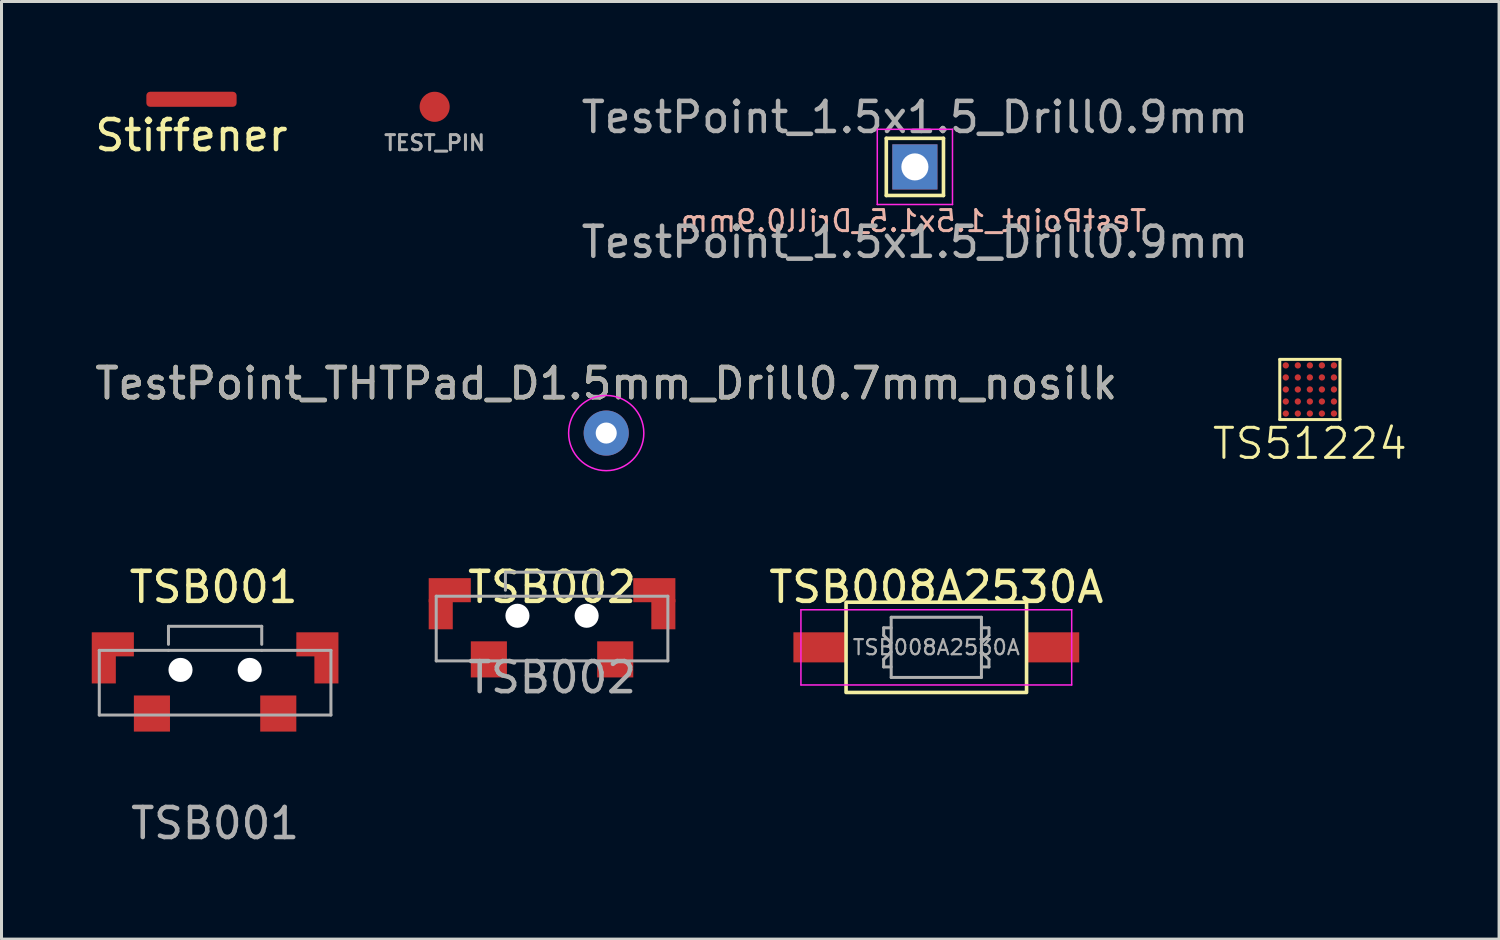
<source format=kicad_pcb>
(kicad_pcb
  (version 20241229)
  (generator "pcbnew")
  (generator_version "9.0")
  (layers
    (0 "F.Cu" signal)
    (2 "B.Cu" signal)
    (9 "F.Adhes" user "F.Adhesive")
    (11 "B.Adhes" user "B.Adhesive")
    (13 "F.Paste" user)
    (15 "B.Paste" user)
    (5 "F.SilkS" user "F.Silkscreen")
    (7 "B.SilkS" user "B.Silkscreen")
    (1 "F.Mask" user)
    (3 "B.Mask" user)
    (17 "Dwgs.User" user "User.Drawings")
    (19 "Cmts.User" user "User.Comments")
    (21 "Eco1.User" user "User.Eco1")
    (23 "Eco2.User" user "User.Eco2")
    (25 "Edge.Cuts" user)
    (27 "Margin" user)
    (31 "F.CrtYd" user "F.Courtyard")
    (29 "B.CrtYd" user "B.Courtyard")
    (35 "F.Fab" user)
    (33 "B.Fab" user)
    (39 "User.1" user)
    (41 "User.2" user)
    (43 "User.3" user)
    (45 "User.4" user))
  (footprint "TEST_PIN"
    (layer "F.Cu")
    (at 11.398 0.5)
    (property "Reference" "TEST_PIN" (at 0 1.2 0) (layer "F.Fab") (effects (font (size 0.5 0.5) (thickness 0.1))))
    (attr through_hole)
    (pad "1" smd circle (at 0 0) (size 1 1) (layers "F.Cu" "F.Mask")))
  (footprint "TSB008A2530A"
    (layer "F.Cu")
    (at 28.073 18.468)
    (property "Reference" "TSB008A2530A" (at 0 -2 0) (layer "F.SilkS") (effects (font (size 1 1) (thickness 0.15))))
    (attr smd)
    (fp_rect (start -3 -1.5) (end 3 1.5) (stroke (width 0.12) (type default)) (fill no) (layer "F.SilkS"))
    (fp_line (start -4.5 -1.25) (end -4.5 1.25) (stroke (width 0.05) (type solid)) (layer "F.CrtYd"))
    (fp_line (start -4.5 -1.25) (end 4.5 -1.25) (stroke (width 0.05) (type solid)) (layer "F.CrtYd"))
    (fp_line (start -4.5 1.25) (end 4.5 1.25) (stroke (width 0.05) (type solid)) (layer "F.CrtYd"))
    (fp_line (start 4.5 -1.25) (end 4.5 1.25) (stroke (width 0.05) (type solid)) (layer "F.CrtYd"))
    (fp_line (start -1.75 -0.65) (end -1.75 -0.4) (stroke (width 0.1) (type solid)) (layer "F.Fab"))
    (fp_line (start -1.75 -0.4) (end -1.5 -0.15) (stroke (width 0.1) (type solid)) (layer "F.Fab"))
    (fp_line (start -1.75 0.4) (end -1.75 0.65) (stroke (width 0.1) (type solid)) (layer "F.Fab"))
    (fp_line (start -1.75 0.65) (end -1.5 0.65) (stroke (width 0.1) (type solid)) (layer "F.Fab"))
    (fp_line (start -1.5 -1) (end 1.5 -1) (stroke (width 0.1) (type solid)) (layer "F.Fab"))
    (fp_line (start -1.5 -0.65) (end -1.75 -0.65) (stroke (width 0.1) (type solid)) (layer "F.Fab"))
    (fp_line (start -1.5 0.15) (end -1.75 0.4) (stroke (width 0.1) (type solid)) (layer "F.Fab"))
    (fp_line (start -1.5 1) (end -1.5 -1) (stroke (width 0.1) (type solid)) (layer "F.Fab"))
    (fp_line (start 1.5 -1) (end 1.5 1) (stroke (width 0.1) (type solid)) (layer "F.Fab"))
    (fp_line (start 1.5 -0.65) (end 1.75 -0.65) (stroke (width 0.1) (type solid)) (layer "F.Fab"))
    (fp_line (start 1.5 0.15) (end 1.75 0.4) (stroke (width 0.1) (type solid)) (layer "F.Fab"))
    (fp_line (start 1.5 1) (end -1.5 1) (stroke (width 0.1) (type solid)) (layer "F.Fab"))
    (fp_line (start 1.75 -0.65) (end 1.75 -0.4) (stroke (width 0.1) (type solid)) (layer "F.Fab"))
    (fp_line (start 1.75 -0.4) (end 1.5 -0.15) (stroke (width 0.1) (type solid)) (layer "F.Fab"))
    (fp_line (start 1.75 0.4) (end 1.75 0.65) (stroke (width 0.1) (type solid)) (layer "F.Fab"))
    (fp_line (start 1.75 0.65) (end 1.5 0.65) (stroke (width 0.1) (type solid)) (layer "F.Fab"))
    (fp_text user "${REFERENCE}" (at 0 0 0) (layer "F.Fab") (effects (font (size 0.5 0.5) (thickness 0.075))))
    (pad "1" smd rect (at -3.875 0) (size 1.75 1) (layers "F.Cu" "F.Mask" "F.Paste"))
    (pad "2" smd rect (at 3.875 0) (size 1.75 1) (layers "F.Cu" "F.Mask" "F.Paste")))
  (footprint "Stiffener"
    (layer "F.Cu")
    (at 3.315 0.25)
    (property "Reference" "Stiffener" (at 0 1.2 0) (layer "F.SilkS") (effects (font (size 1 1) (thickness 0.15))))
    (attr through_hole)
    (pad "1" smd roundrect (at 0 0) (size 3 0.5) (layers "F.Cu" "F.Mask" "F.Paste") (roundrect_rratio 0.25)))
  (footprint "TestPoint_THTPad_D1.5mm_Drill0.7mm_nosilk"
    (layer "F.Cu")
    (at 17.101 11.345)
    (property "Reference" "TestPoint_THTPad_D1.5mm_Drill0.7mm_nosilk" (at 0 -1.648 0) (layer "F.SilkS") (effects (font (size 1 1) (thickness 0.15))))
    (attr exclude_from_pos_files exclude_from_bom)
    (fp_circle (center 0 0) (end 1.25 0) (stroke (width 0.05) (type solid)) (fill no) (layer "F.CrtYd"))
    (fp_text user "${REFERENCE}" (at 0 -1.65 0) (layer "F.Fab") (effects (font (size 1 1) (thickness 0.15))))
    (pad "1" thru_hole circle (at 0 0) (size 1.5 1.5) (drill 0.7) (layers "*.Cu" "*.Mask")))
  (footprint "TestPoint_1.5x1.5_Drill0.9mm"
    (layer "F.Cu")
    (at 27.361 2.498)
    (property "Reference" "TestPoint_1.5x1.5_Drill0.9mm" (at -0.06 1.8 0) (unlocked yes) (layer "B.SilkS") (effects (font (size 0.7 0.7) (thickness 0.1)) (justify mirror)))
    (attr through_hole)
    (fp_line (start -0.95 -0.95) (end 0.95 -0.95) (stroke (width 0.12) (type solid)) (layer "F.SilkS"))
    (fp_line (start -0.95 0.95) (end -0.95 -0.95) (stroke (width 0.12) (type solid)) (layer "F.SilkS"))
    (fp_line (start 0.95 -0.95) (end 0.95 0.95) (stroke (width 0.12) (type solid)) (layer "F.SilkS"))
    (fp_line (start 0.95 0.95) (end -0.95 0.95) (stroke (width 0.12) (type solid)) (layer "F.SilkS"))
    (fp_line (start -1.25 -1.25) (end -1.25 1.25) (stroke (width 0.05) (type solid)) (layer "F.CrtYd"))
    (fp_line (start -1.25 -1.25) (end 1.25 -1.25) (stroke (width 0.05) (type solid)) (layer "F.CrtYd"))
    (fp_line (start 1.25 1.25) (end -1.25 1.25) (stroke (width 0.05) (type solid)) (layer "F.CrtYd"))
    (fp_line (start 1.25 1.25) (end 1.25 -1.25) (stroke (width 0.05) (type solid)) (layer "F.CrtYd"))
    (fp_text user "${REFERENCE}" (at 0 2.5 0) (unlocked yes) (layer "F.Fab") (effects (font (size 1 1) (thickness 0.15))))
    (fp_text user "${REFERENCE}" (at 0 -1.65 0) (layer "F.Fab") (effects (font (size 1 1) (thickness 0.15))))
    (pad "1" thru_hole rect (at 0 0) (size 1.5 1.5) (drill 0.9) (layers "*.Cu" "*.Mask")))
  (footprint "TSB001"
    (layer "F.Cu")
    (at 4.1 19.218)
    (property "Reference" "TSB001" (at -0.05 -2.75 0) (unlocked yes) (layer "F.SilkS") (effects (font (size 1 1) (thickness 0.15))))
    (attr smd)
    (fp_poly (pts (xy -2.7 -0.45) (xy -3.3 -0.45) (xy -3.3 0.45) (xy -4.1 0.45) (xy -4.1 -1.25) (xy -2.7 -1.25)) (stroke (width 0) (type solid)) (fill yes) (layer "F.Cu"))
    (fp_poly (pts (xy 2.7 -0.45) (xy 3.3 -0.45) (xy 3.3 0.45) (xy 4.1 0.45) (xy 4.1 -1.25) (xy 2.7 -1.25)) (stroke (width 0) (type solid)) (fill yes) (layer "F.Cu"))
    (fp_line (start -3.85 1.5) (end -3.85 -0.65) (stroke (width 0.1) (type solid)) (layer "F.Fab"))
    (fp_line (start -1.55 -1.45) (end -1.55 -0.85) (stroke (width 0.1) (type solid)) (layer "F.Fab"))
    (fp_line (start -1.55 -1.45) (end 1.55 -1.45) (stroke (width 0.1) (type solid)) (layer "F.Fab"))
    (fp_line (start -1.55 -0.65) (end -3.85 -0.65) (stroke (width 0.1) (type solid)) (layer "F.Fab"))
    (fp_line (start -1.55 -0.65) (end 1.55 -0.65) (stroke (width 0.1) (type solid)) (layer "F.Fab"))
    (fp_line (start 1.55 -1.45) (end 1.55 -0.85) (stroke (width 0.1) (type solid)) (layer "F.Fab"))
    (fp_line (start 1.55 -0.65) (end 3.85 -0.65) (stroke (width 0.1) (type solid)) (layer "F.Fab"))
    (fp_line (start 3.85 -0.65) (end 3.85 1.5) (stroke (width 0.1) (type solid)) (layer "F.Fab"))
    (fp_line (start 3.85 1.5) (end -3.85 1.5) (stroke (width 0.1) (type solid)) (layer "F.Fab"))
    (fp_text user "${REFERENCE}" (at 0 5.1 0) (unlocked yes) (layer "F.Fab") (effects (font (size 1 1) (thickness 0.15))))
    (pad "" np_thru_hole circle (at -1.15 0) (size 0.8 0.8) (drill 0.8) (layers "*.Cu" "*.Mask"))
    (pad "" np_thru_hole circle (at 1.15 0) (size 0.8 0.8) (drill 0.8) (layers "*.Cu" "*.Mask"))
    (pad "1" smd rect (at -2.1 1.45) (size 1.2 1.2) (layers "F.Cu" "F.Mask" "F.Paste"))
    (pad "2" smd rect (at 2.1 1.45) (size 1.2 1.2) (layers "F.Cu" "F.Mask" "F.Paste")))
  (footprint "TS51224"
    (layer "F.Cu")
    (at 40.49 9.896)
    (property "Reference" "TS51224" (at 0 1.8 0) (layer "F.SilkS") (effects (font (size 1 1) (thickness 0.1))))
    (attr through_hole)
    (fp_line (start -1 -1) (end 1 -1) (stroke (width 0.1) (type solid)) (layer "F.SilkS"))
    (fp_line (start -1 1) (end -1 -1) (stroke (width 0.1) (type solid)) (layer "F.SilkS"))
    (fp_line (start 1 -1) (end 1 1) (stroke (width 0.1) (type solid)) (layer "F.SilkS"))
    (fp_line (start 1 1) (end -1 1) (stroke (width 0.1) (type solid)) (layer "F.SilkS"))
    (pad "A1" smd circle (at -0.8 -0.8) (size 0.21 0.21) (layers "F.Cu" "F.Mask" "F.Paste"))
    (pad "A2" smd circle (at -0.4 -0.8) (size 0.21 0.21) (layers "F.Cu" "F.Mask" "F.Paste"))
    (pad "A3" smd circle (at 0 -0.8) (size 0.21 0.21) (layers "F.Cu" "F.Mask" "F.Paste"))
    (pad "A4" smd circle (at 0.4 -0.8) (size 0.21 0.21) (layers "F.Cu" "F.Mask" "F.Paste"))
    (pad "A5" smd circle (at 0.8 -0.8) (size 0.21 0.21) (layers "F.Cu" "F.Mask" "F.Paste"))
    (pad "B1" smd circle (at -0.8 -0.4) (size 0.21 0.21) (layers "F.Cu" "F.Mask" "F.Paste"))
    (pad "B2" smd circle (at -0.4 -0.4) (size 0.21 0.21) (layers "F.Cu" "F.Mask" "F.Paste"))
    (pad "B3" smd circle (at 0 -0.4) (size 0.21 0.21) (layers "F.Cu" "F.Mask" "F.Paste"))
    (pad "B4" smd circle (at 0.4 -0.4) (size 0.21 0.21) (layers "F.Cu" "F.Mask" "F.Paste"))
    (pad "B5" smd circle (at 0.8 -0.4) (size 0.21 0.21) (layers "F.Cu" "F.Mask" "F.Paste"))
    (pad "C1" smd circle (at -0.8 0) (size 0.21 0.21) (layers "F.Cu" "F.Mask" "F.Paste"))
    (pad "C2" smd circle (at -0.4 0) (size 0.21 0.21) (layers "F.Cu" "F.Mask" "F.Paste"))
    (pad "C3" smd circle (at 0 0) (size 0.21 0.21) (layers "F.Cu" "F.Mask" "F.Paste"))
    (pad "C4" smd circle (at 0.4 0) (size 0.21 0.21) (layers "F.Cu" "F.Mask" "F.Paste"))
    (pad "C5" smd circle (at 0.8 0) (size 0.21 0.21) (layers "F.Cu" "F.Mask" "F.Paste"))
    (pad "D1" smd circle (at -0.8 0.4) (size 0.21 0.21) (layers "F.Cu" "F.Mask" "F.Paste"))
    (pad "D2" smd circle (at -0.4 0.4) (size 0.21 0.21) (layers "F.Cu" "F.Mask" "F.Paste"))
    (pad "D3" smd circle (at 0 0.4) (size 0.21 0.21) (layers "F.Cu" "F.Mask" "F.Paste"))
    (pad "D4" smd circle (at 0.4 0.4) (size 0.21 0.21) (layers "F.Cu" "F.Mask" "F.Paste"))
    (pad "D5" smd circle (at 0.8 0.4) (size 0.21 0.21) (layers "F.Cu" "F.Mask" "F.Paste"))
    (pad "E1" smd circle (at -0.8 0.8) (size 0.21 0.21) (layers "F.Cu" "F.Mask" "F.Paste"))
    (pad "E2" smd circle (at -0.4 0.8) (size 0.21 0.21) (layers "F.Cu" "F.Mask" "F.Paste"))
    (pad "E3" smd circle (at 0 0.8) (size 0.21 0.21) (layers "F.Cu" "F.Mask" "F.Paste"))
    (pad "E4" smd circle (at 0.4 0.8) (size 0.21 0.21) (layers "F.Cu" "F.Mask" "F.Paste"))
    (pad "E5" smd circle (at 0.8 0.8) (size 0.21 0.21) (layers "F.Cu" "F.Mask" "F.Paste")))
  (footprint "TSB002"
    (layer "F.Cu")
    (at 15.3 16.968)
    (property "Reference" "TSB002" (at 0 -0.5 0) (unlocked yes) (layer "F.SilkS") (effects (font (size 1 1) (thickness 0.15))))
    (attr smd)
    (fp_line (start -3.85 1.95) (end -3.85 -0.2) (stroke (width 0.1) (type solid)) (layer "F.Fab"))
    (fp_line (start -1.55 -1) (end -1.55 -0.4) (stroke (width 0.1) (type solid)) (layer "F.Fab"))
    (fp_line (start -1.55 -1) (end 1.55 -1) (stroke (width 0.1) (type solid)) (layer "F.Fab"))
    (fp_line (start -1.55 -0.2) (end -3.85 -0.2) (stroke (width 0.1) (type solid)) (layer "F.Fab"))
    (fp_line (start -1.55 -0.2) (end 1.55 -0.2) (stroke (width 0.1) (type solid)) (layer "F.Fab"))
    (fp_line (start 1.55 -1) (end 1.55 -0.4) (stroke (width 0.1) (type solid)) (layer "F.Fab"))
    (fp_line (start 1.55 -0.2) (end 3.85 -0.2) (stroke (width 0.1) (type solid)) (layer "F.Fab"))
    (fp_line (start 3.85 -0.2) (end 3.85 1.95) (stroke (width 0.1) (type solid)) (layer "F.Fab"))
    (fp_line (start 3.85 1.95) (end -3.85 1.95) (stroke (width 0.1) (type solid)) (layer "F.Fab"))
    (fp_text user "${REFERENCE}" (at 0 2.5 0) (unlocked yes) (layer "F.Fab") (effects (font (size 1 1) (thickness 0.15))))
    (pad "" smd rect (at -3.7 0.4 90) (size 1 0.8) (layers "F.Cu" "F.Mask" "F.Paste"))
    (pad "" smd rect (at -3.4 -0.4) (size 1.4 0.8) (layers "F.Cu" "F.Mask" "F.Paste"))
    (pad "" np_thru_hole circle (at -1.15 0.45) (size 0.8 0.8) (drill 0.8) (layers "*.Cu" "*.Mask"))
    (pad "" np_thru_hole circle (at 1.15 0.45) (size 0.8 0.8) (drill 0.8) (layers "*.Cu" "*.Mask"))
    (pad "" smd rect (at 3.4 -0.4) (size 1.4 0.8) (layers "F.Cu" "F.Mask" "F.Paste"))
    (pad "" smd rect (at 3.7 0.4 90) (size 1 0.8) (layers "F.Cu" "F.Mask" "F.Paste"))
    (pad "1" smd rect (at -2.1 1.9) (size 1.2 1.2) (layers "F.Cu" "F.Mask" "F.Paste"))
    (pad "2" smd rect (at 2.1 1.9) (size 1.2 1.2) (layers "F.Cu" "F.Mask" "F.Paste")))
  (gr_rect
    (start -3 -3)
    (end 46.779 28.166)
    (stroke (width 0.1) (type default))
    (fill no)
    (layer "Edge.Cuts")))
</source>
